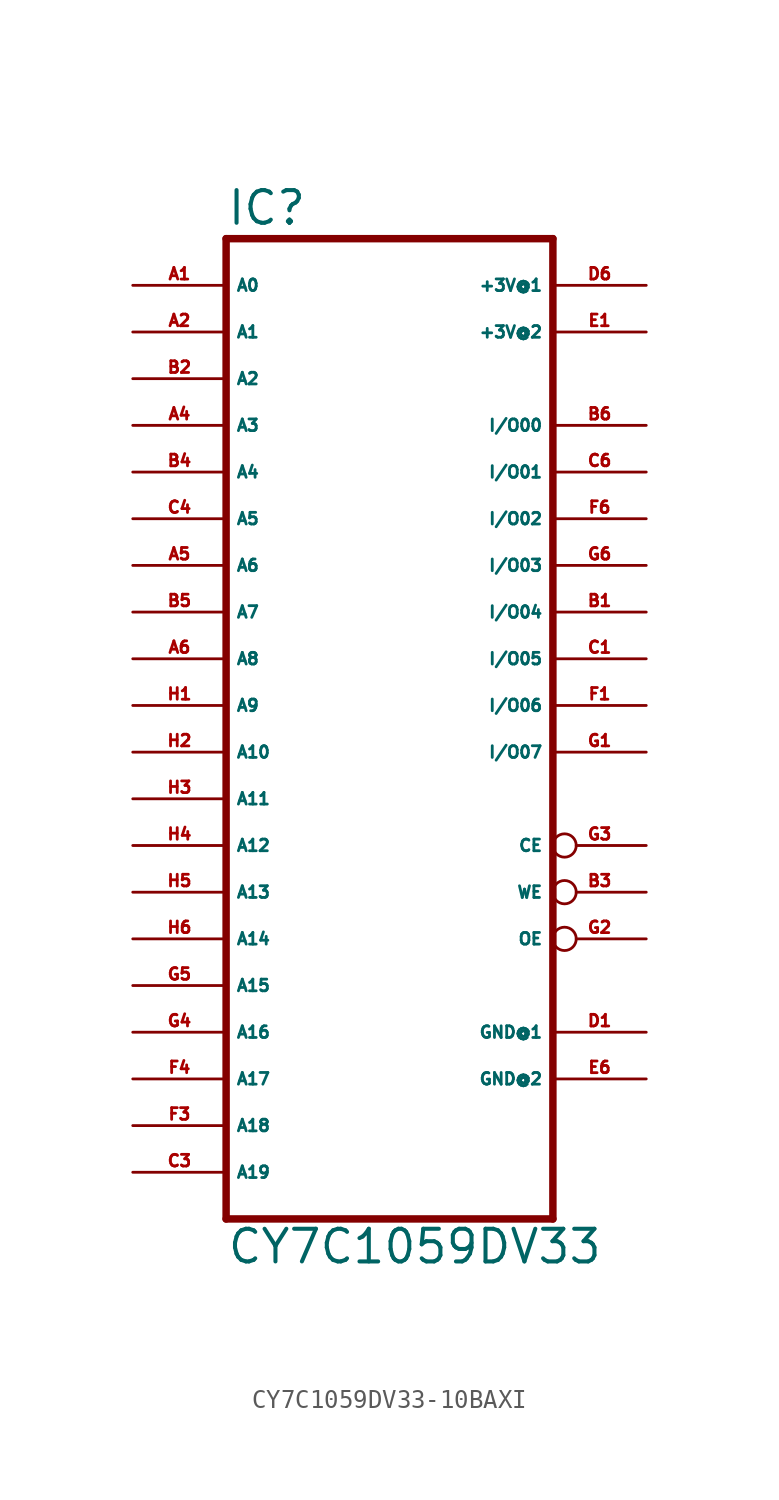
<source format=kicad_sym>
(kicad_symbol_lib
  (version 20220914)
  (generator Eagle2Kicad)
  (symbol "CY7C1059DV33-10BAXI"
    (property "Reference" "IC"
      (at -7.62 26.035 0)
      (effects (font (size 1.778 1.778) (thickness 0.22)) (justify left bottom)))
    (property "Value" "CY7C1059DV33"
      (at -7.62 -30.48 0)
      (effects (font (size 1.778 1.778) (thickness 0.22)) (justify left bottom)))
    (polyline
      (pts (xy -7.62 25.4) (xy -7.62 -27.94))
      (stroke (width 0.406) (type default))
      (fill (type none)))
    (polyline
      (pts (xy 10.16 -27.94) (xy -7.62 -27.94))
      (stroke (width 0.406) (type default))
      (fill (type none)))
    (polyline
      (pts (xy 10.16 -27.94) (xy 10.16 25.4))
      (stroke (width 0.406) (type default))
      (fill (type none)))
    (polyline
      (pts (xy -7.62 25.4) (xy 10.16 25.4))
      (stroke (width 0.406) (type default))
      (fill (type none)))
    (pin input line
      (at -12.7 22.86 0)
      (length 5.08)
      (name "A0" (effects (font (size 0.635 0.635) (thickness 0.08)) (justify left bottom)))
      (number "A1" (effects (font (size 0.635 0.635) (thickness 0.08)) (justify left bottom))))
    (pin input line
      (at -12.7 20.32 0)
      (length 5.08)
      (name "A1" (effects (font (size 0.635 0.635) (thickness 0.08)) (justify left bottom)))
      (number "A2" (effects (font (size 0.635 0.635) (thickness 0.08)) (justify left bottom))))
    (pin input line
      (at -12.7 17.78 0)
      (length 5.08)
      (name "A2" (effects (font (size 0.635 0.635) (thickness 0.08)) (justify left bottom)))
      (number "B2" (effects (font (size 0.635 0.635) (thickness 0.08)) (justify left bottom))))
    (pin input line
      (at -12.7 15.24 0)
      (length 5.08)
      (name "A3" (effects (font (size 0.635 0.635) (thickness 0.08)) (justify left bottom)))
      (number "A4" (effects (font (size 0.635 0.635) (thickness 0.08)) (justify left bottom))))
    (pin input line
      (at -12.7 12.7 0)
      (length 5.08)
      (name "A4" (effects (font (size 0.635 0.635) (thickness 0.08)) (justify left bottom)))
      (number "B4" (effects (font (size 0.635 0.635) (thickness 0.08)) (justify left bottom))))
    (pin input line
      (at -12.7 10.16 0)
      (length 5.08)
      (name "A5" (effects (font (size 0.635 0.635) (thickness 0.08)) (justify left bottom)))
      (number "C4" (effects (font (size 0.635 0.635) (thickness 0.08)) (justify left bottom))))
    (pin input line
      (at -12.7 7.62 0)
      (length 5.08)
      (name "A6" (effects (font (size 0.635 0.635) (thickness 0.08)) (justify left bottom)))
      (number "A5" (effects (font (size 0.635 0.635) (thickness 0.08)) (justify left bottom))))
    (pin input line
      (at -12.7 5.08 0)
      (length 5.08)
      (name "A7" (effects (font (size 0.635 0.635) (thickness 0.08)) (justify left bottom)))
      (number "B5" (effects (font (size 0.635 0.635) (thickness 0.08)) (justify left bottom))))
    (pin input line
      (at -12.7 2.54 0)
      (length 5.08)
      (name "A8" (effects (font (size 0.635 0.635) (thickness 0.08)) (justify left bottom)))
      (number "A6" (effects (font (size 0.635 0.635) (thickness 0.08)) (justify left bottom))))
    (pin bidirectional line
      (at 15.24 15.24 180)
      (length 5.08)
      (name "I/O00" (effects (font (size 0.635 0.635) (thickness 0.08)) (justify left bottom)))
      (number "B6" (effects (font (size 0.635 0.635) (thickness 0.08)) (justify left bottom))))
    (pin bidirectional line
      (at 15.24 12.7 180)
      (length 5.08)
      (name "I/O01" (effects (font (size 0.635 0.635) (thickness 0.08)) (justify left bottom)))
      (number "C6" (effects (font (size 0.635 0.635) (thickness 0.08)) (justify left bottom))))
    (pin bidirectional line
      (at 15.24 10.16 180)
      (length 5.08)
      (name "I/O02" (effects (font (size 0.635 0.635) (thickness 0.08)) (justify left bottom)))
      (number "F6" (effects (font (size 0.635 0.635) (thickness 0.08)) (justify left bottom))))
    (pin bidirectional line
      (at 15.24 7.62 180)
      (length 5.08)
      (name "I/O03" (effects (font (size 0.635 0.635) (thickness 0.08)) (justify left bottom)))
      (number "G6" (effects (font (size 0.635 0.635) (thickness 0.08)) (justify left bottom))))
    (pin bidirectional line
      (at 15.24 5.08 180)
      (length 5.08)
      (name "I/O04" (effects (font (size 0.635 0.635) (thickness 0.08)) (justify left bottom)))
      (number "B1" (effects (font (size 0.635 0.635) (thickness 0.08)) (justify left bottom))))
    (pin bidirectional line
      (at 15.24 2.54 180)
      (length 5.08)
      (name "I/O05" (effects (font (size 0.635 0.635) (thickness 0.08)) (justify left bottom)))
      (number "C1" (effects (font (size 0.635 0.635) (thickness 0.08)) (justify left bottom))))
    (pin bidirectional line
      (at 15.24 0 180)
      (length 5.08)
      (name "I/O06" (effects (font (size 0.635 0.635) (thickness 0.08)) (justify left bottom)))
      (number "F1" (effects (font (size 0.635 0.635) (thickness 0.08)) (justify left bottom))))
    (pin bidirectional line
      (at 15.24 -2.54 180)
      (length 5.08)
      (name "I/O07" (effects (font (size 0.635 0.635) (thickness 0.08)) (justify left bottom)))
      (number "G1" (effects (font (size 0.635 0.635) (thickness 0.08)) (justify left bottom))))
    (pin input line
      (at -12.7 0 0)
      (length 5.08)
      (name "A9" (effects (font (size 0.635 0.635) (thickness 0.08)) (justify left bottom)))
      (number "H1" (effects (font (size 0.635 0.635) (thickness 0.08)) (justify left bottom))))
    (pin input line
      (at -12.7 -2.54 0)
      (length 5.08)
      (name "A10" (effects (font (size 0.635 0.635) (thickness 0.08)) (justify left bottom)))
      (number "H2" (effects (font (size 0.635 0.635) (thickness 0.08)) (justify left bottom))))
    (pin input line
      (at -12.7 -5.08 0)
      (length 5.08)
      (name "A11" (effects (font (size 0.635 0.635) (thickness 0.08)) (justify left bottom)))
      (number "H3" (effects (font (size 0.635 0.635) (thickness 0.08)) (justify left bottom))))
    (pin input line
      (at -12.7 -7.62 0)
      (length 5.08)
      (name "A12" (effects (font (size 0.635 0.635) (thickness 0.08)) (justify left bottom)))
      (number "H4" (effects (font (size 0.635 0.635) (thickness 0.08)) (justify left bottom))))
    (pin input line
      (at -12.7 -10.16 0)
      (length 5.08)
      (name "A13" (effects (font (size 0.635 0.635) (thickness 0.08)) (justify left bottom)))
      (number "H5" (effects (font (size 0.635 0.635) (thickness 0.08)) (justify left bottom))))
    (pin input line
      (at -12.7 -12.7 0)
      (length 5.08)
      (name "A14" (effects (font (size 0.635 0.635) (thickness 0.08)) (justify left bottom)))
      (number "H6" (effects (font (size 0.635 0.635) (thickness 0.08)) (justify left bottom))))
    (pin input inverted
      (at 15.24 -10.16 180)
      (length 5.08)
      (name "WE" (effects (font (size 0.635 0.635) (thickness 0.08)) (justify left bottom)))
      (number "B3" (effects (font (size 0.635 0.635) (thickness 0.08)) (justify left bottom))))
    (pin input inverted
      (at 15.24 -7.62 180)
      (length 5.08)
      (name "CE" (effects (font (size 0.635 0.635) (thickness 0.08)) (justify left bottom)))
      (number "G3" (effects (font (size 0.635 0.635) (thickness 0.08)) (justify left bottom))))
    (pin input inverted
      (at 15.24 -12.7 180)
      (length 5.08)
      (name "OE" (effects (font (size 0.635 0.635) (thickness 0.08)) (justify left bottom)))
      (number "G2" (effects (font (size 0.635 0.635) (thickness 0.08)) (justify left bottom))))
    (pin input line
      (at -12.7 -15.24 0)
      (length 5.08)
      (name "A15" (effects (font (size 0.635 0.635) (thickness 0.08)) (justify left bottom)))
      (number "G5" (effects (font (size 0.635 0.635) (thickness 0.08)) (justify left bottom))))
    (pin input line
      (at -12.7 -17.78 0)
      (length 5.08)
      (name "A16" (effects (font (size 0.635 0.635) (thickness 0.08)) (justify left bottom)))
      (number "G4" (effects (font (size 0.635 0.635) (thickness 0.08)) (justify left bottom))))
    (pin unspecified line
      (at 15.24 22.86 180)
      (length 5.08)
      (name "+3V@1" (effects (font (size 0.635 0.635) (thickness 0.08)) (justify left bottom)))
      (number "D6" (effects (font (size 0.635 0.635) (thickness 0.08)) (justify left bottom))))
    (pin unspecified line
      (at 15.24 -17.78 180)
      (length 5.08)
      (name "GND@1" (effects (font (size 0.635 0.635) (thickness 0.08)) (justify left bottom)))
      (number "D1" (effects (font (size 0.635 0.635) (thickness 0.08)) (justify left bottom))))
    (pin unspecified line
      (at 15.24 20.32 180)
      (length 5.08)
      (name "+3V@2" (effects (font (size 0.635 0.635) (thickness 0.08)) (justify left bottom)))
      (number "E1" (effects (font (size 0.635 0.635) (thickness 0.08)) (justify left bottom))))
    (pin unspecified line
      (at 15.24 -20.32 180)
      (length 5.08)
      (name "GND@2" (effects (font (size 0.635 0.635) (thickness 0.08)) (justify left bottom)))
      (number "E6" (effects (font (size 0.635 0.635) (thickness 0.08)) (justify left bottom))))
    (pin input line
      (at -12.7 -20.32 0)
      (length 5.08)
      (name "A17" (effects (font (size 0.635 0.635) (thickness 0.08)) (justify left bottom)))
      (number "F4" (effects (font (size 0.635 0.635) (thickness 0.08)) (justify left bottom))))
    (pin input line
      (at -12.7 -22.86 0)
      (length 5.08)
      (name "A18" (effects (font (size 0.635 0.635) (thickness 0.08)) (justify left bottom)))
      (number "F3" (effects (font (size 0.635 0.635) (thickness 0.08)) (justify left bottom))))
    (pin input line
      (at -12.7 -25.4 0)
      (length 5.08)
      (name "A19" (effects (font (size 0.635 0.635) (thickness 0.08)) (justify left bottom)))
      (number "C3" (effects (font (size 0.635 0.635) (thickness 0.08)) (justify left bottom))))))
</source>
